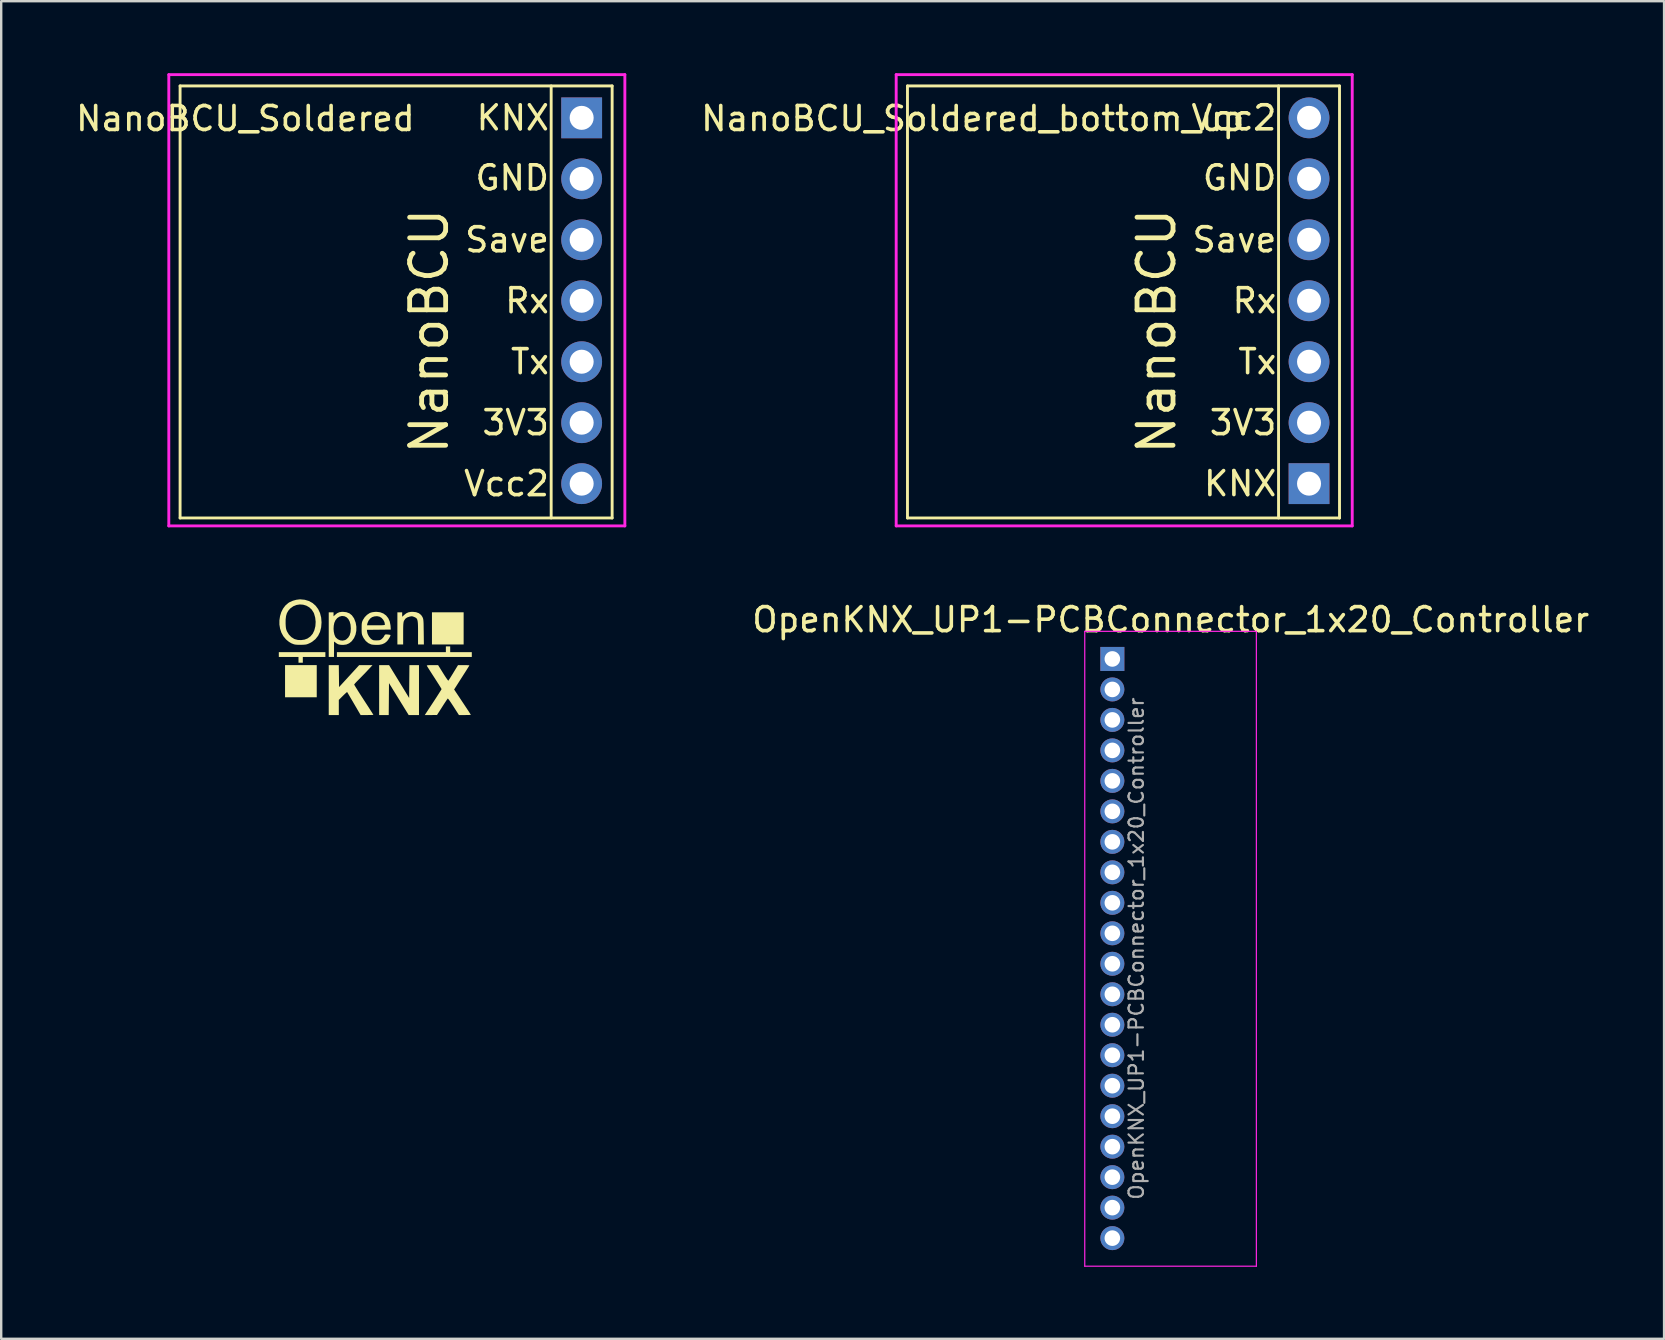
<source format=kicad_pcb>
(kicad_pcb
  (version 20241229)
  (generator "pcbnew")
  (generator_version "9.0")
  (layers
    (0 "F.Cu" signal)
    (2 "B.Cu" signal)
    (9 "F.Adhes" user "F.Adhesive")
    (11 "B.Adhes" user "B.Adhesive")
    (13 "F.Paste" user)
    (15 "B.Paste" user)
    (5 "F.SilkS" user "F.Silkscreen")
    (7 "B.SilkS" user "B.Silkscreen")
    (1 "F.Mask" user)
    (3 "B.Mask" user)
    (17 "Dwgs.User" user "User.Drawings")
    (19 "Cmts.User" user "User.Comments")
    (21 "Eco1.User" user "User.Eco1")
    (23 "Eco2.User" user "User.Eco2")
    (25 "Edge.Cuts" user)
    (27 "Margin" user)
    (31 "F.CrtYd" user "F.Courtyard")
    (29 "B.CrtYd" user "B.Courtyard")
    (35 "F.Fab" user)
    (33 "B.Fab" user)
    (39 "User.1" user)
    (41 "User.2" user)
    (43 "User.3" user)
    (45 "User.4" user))
  (footprint "NanoBCU_Soldered"
    (layer "F.Cu")
    (at 21.183 1.86)
    (property "Reference" "NanoBCU_Soldered" (at -14.01 0.03 0) (layer "F.SilkS") (effects (font (size 1 1) (thickness 0.15))))
    (attr through_hole)
    (fp_line (start -16.73 16.67) (end -16.73 -1.33) (stroke (width 0.12) (type solid)) (layer "F.SilkS"))
    (fp_line (start -1.27 -1.33) (end -1.27 16.67) (stroke (width 0.12) (type solid)) (layer "F.SilkS"))
    (fp_line (start 1.27 -1.33) (end -16.73 -1.33) (stroke (width 0.12) (type solid)) (layer "F.SilkS"))
    (fp_line (start 1.27 -1.33) (end 1.27 16.67) (stroke (width 0.12) (type solid)) (layer "F.SilkS"))
    (fp_line (start 1.27 16.67) (end -16.73 16.67) (stroke (width 0.12) (type solid)) (layer "F.SilkS"))
    (fp_line (start -17.2 -1.8) (end 1.8 -1.8) (stroke (width 0.12) (type solid)) (layer "F.CrtYd"))
    (fp_line (start -17.2 17) (end -17.2 -1.8) (stroke (width 0.12) (type solid)) (layer "F.CrtYd"))
    (fp_line (start 1.8 -1.8) (end 1.8 17) (stroke (width 0.12) (type solid)) (layer "F.CrtYd"))
    (fp_line (start 1.8 17) (end -17.2 17) (stroke (width 0.12) (type solid)) (layer "F.CrtYd"))
    (fp_text user "Vcc2" (at -1.27 15.24 0) (layer "F.SilkS") (effects (font (size 1 1) (thickness 0.15)) (justify right)))
    (fp_text user "Rx" (at -1.27 7.62 0) (layer "F.SilkS") (effects (font (size 1 1) (thickness 0.15)) (justify right)))
    (fp_text user "Save" (at -1.27 5.08 0) (layer "F.SilkS") (effects (font (size 1 1) (thickness 0.15)) (justify right)))
    (fp_text user "NanoBCU" (at -6.35 8.89 90) (layer "F.SilkS") (effects (font (size 1.5 1.5) (thickness 0.2))))
    (fp_text user "GND" (at -1.27 2.5 0) (layer "F.SilkS") (effects (font (size 1 1) (thickness 0.15)) (justify right)))
    (fp_text user "Tx" (at -1.27 10.16 0) (layer "F.SilkS") (effects (font (size 1 1) (thickness 0.15)) (justify right)))
    (fp_text user "KNX" (at -1.27 0 0) (layer "F.SilkS") (effects (font (size 1 1) (thickness 0.15)) (justify right)))
    (fp_text user "3V3" (at -1.27 12.7 0) (layer "F.SilkS") (effects (font (size 1 1) (thickness 0.15)) (justify right)))
    (pad "1" thru_hole rect (at 0 0) (size 1.7 1.7) (drill 1) (layers "*.Cu" "*.Mask"))
    (pad "2" thru_hole circle (at 0 2.54) (size 1.7 1.7) (drill 1) (layers "*.Cu" "*.Mask"))
    (pad "3" thru_hole circle (at 0 5.08) (size 1.7 1.7) (drill 1) (layers "*.Cu" "*.Mask"))
    (pad "4" thru_hole circle (at 0 7.62) (size 1.7 1.7) (drill 1) (layers "*.Cu" "*.Mask"))
    (pad "5" thru_hole circle (at 0 10.16) (size 1.7 1.7) (drill 1) (layers "*.Cu" "*.Mask"))
    (pad "6" thru_hole circle (at 0 12.7) (size 1.7 1.7) (drill 1) (layers "*.Cu" "*.Mask"))
    (pad "7" thru_hole circle (at 0 15.24) (size 1.7 1.7) (drill 1) (layers "*.Cu" "*.Mask")))
  (footprint "OpenKNX_UP1-PCBConnector_1x20_Controller"
    (layer "F.Cu")
    (at 43.293 24.403)
    (property "Reference" "OpenKNX_UP1-PCBConnector_1x20_Controller" (at 2.433 -1.635 0) (layer "F.SilkS") (effects (font (size 1 1) (thickness 0.15))))
    (attr through_hole)
    (fp_line (start -1.15 -1.15) (end -1.15 25.3) (stroke (width 0.05) (type solid)) (layer "F.CrtYd"))
    (fp_line (start -1.15 25.3) (end 6 25.3) (stroke (width 0.05) (type solid)) (layer "F.CrtYd"))
    (fp_line (start 6 -1.15) (end -1.15 -1.15) (stroke (width 0.05) (type solid)) (layer "F.CrtYd"))
    (fp_line (start 6 25.3) (end 6 -1.15) (stroke (width 0.05) (type solid)) (layer "F.CrtYd"))
    (fp_text user "${REFERENCE}" (at 1 12.065 90) (layer "F.Fab") (effects (font (size 0.6 0.6) (thickness 0.09))))
    (pad "1" thru_hole rect (at 0 0) (size 1 1) (drill 0.65) (layers "*.Cu" "*.Mask"))
    (pad "2" thru_hole oval (at 0 1.27) (size 1 1) (drill 0.65) (layers "*.Cu" "*.Mask"))
    (pad "3" thru_hole oval (at 0 2.54) (size 1 1) (drill 0.65) (layers "*.Cu" "*.Mask"))
    (pad "4" thru_hole oval (at 0 3.81) (size 1 1) (drill 0.65) (layers "*.Cu" "*.Mask"))
    (pad "5" thru_hole oval (at 0 5.08) (size 1 1) (drill 0.65) (layers "*.Cu" "*.Mask"))
    (pad "6" thru_hole oval (at 0 6.35) (size 1 1) (drill 0.65) (layers "*.Cu" "*.Mask"))
    (pad "7" thru_hole oval (at 0 7.62) (size 1 1) (drill 0.65) (layers "*.Cu" "*.Mask"))
    (pad "8" thru_hole oval (at 0 8.89) (size 1 1) (drill 0.65) (layers "*.Cu" "*.Mask"))
    (pad "9" thru_hole oval (at 0 10.16) (size 1 1) (drill 0.65) (layers "*.Cu" "*.Mask"))
    (pad "10" thru_hole oval (at 0 11.43) (size 1 1) (drill 0.65) (layers "*.Cu" "*.Mask"))
    (pad "11" thru_hole oval (at 0 12.7) (size 1 1) (drill 0.65) (layers "*.Cu" "*.Mask"))
    (pad "12" thru_hole oval (at 0 13.97) (size 1 1) (drill 0.65) (layers "*.Cu" "*.Mask"))
    (pad "13" thru_hole oval (at 0 15.24) (size 1 1) (drill 0.65) (layers "*.Cu" "*.Mask"))
    (pad "14" thru_hole oval (at 0 16.51) (size 1 1) (drill 0.65) (layers "*.Cu" "*.Mask"))
    (pad "15" thru_hole oval (at 0 17.78) (size 1 1) (drill 0.65) (layers "*.Cu" "*.Mask"))
    (pad "16" thru_hole oval (at 0 19.05) (size 1 1) (drill 0.65) (layers "*.Cu" "*.Mask"))
    (pad "17" thru_hole oval (at 0 20.32) (size 1 1) (drill 0.65) (layers "*.Cu" "*.Mask"))
    (pad "18" thru_hole oval (at 0 21.59) (size 1 1) (drill 0.65) (layers "*.Cu" "*.Mask"))
    (pad "19" thru_hole oval (at 0 22.86) (size 1 1) (drill 0.65) (layers "*.Cu" "*.Mask"))
    (pad "20" thru_hole oval (at 0 24.13) (size 1 1) (drill 0.65) (layers "*.Cu" "*.Mask")))
  (footprint "OpenKNX_Logo_10x10"
    (layer "F.Cu")
    (at 12.586 24.32)
    (property "Reference" "OpenKNX_Logo_10x10" (at 0 0 0) (layer "User.1") (effects (font (size 1.5 1.5) (thickness 0.3))))
    (attr board_only exclude_from_pos_files exclude_from_bom)
    (fp_poly (pts (xy -2.44 1.01) (xy -2.44 1.68) (xy -3.1 1.68) (xy -3.76 1.68) (xy -3.76 1.01) (xy -3.76 0.34) (xy -3.1 0.34) (xy -2.44 0.34)) (stroke (width 0) (type solid)) (fill yes) (layer "F.SilkS"))
    (fp_poly (pts (xy 3.68 -1.19) (xy 3.68 -0.52) (xy 3.02 -0.52) (xy 2.36 -0.52) (xy 2.36 -1.19) (xy 2.36 -1.86) (xy 3.02 -1.86) (xy 3.68 -1.86)) (stroke (width 0) (type solid)) (fill yes) (layer "F.SilkS"))
    (fp_poly (pts (xy -2.08 -0.1) (xy -2.08 0) (xy -2.55 0) (xy -3.02 0) (xy -3.02 0.12) (xy -3.02 0.24) (xy -3.11 0.24) (xy -3.2 0.24) (xy -3.2 0.12) (xy -3.2 0) (xy -3.61 0) (xy -4.02 0) (xy -4.02 -0.1) (xy -4.02 -0.2) (xy -3.05 -0.2) (xy -2.08 -0.2)) (stroke (width 0) (type solid)) (fill yes) (layer "F.SilkS"))
    (fp_poly (pts (xy 3.12 -0.32) (xy 3.12 -0.2) (xy 3.57 -0.2) (xy 4.02 -0.2) (xy 4.02 -0.1) (xy 4.02 0) (xy 1.21 0) (xy -1.6 0) (xy -1.6 -0.1) (xy -1.6 -0.2) (xy 0.67 -0.2) (xy 2.94 -0.2) (xy 2.94 -0.32) (xy 2.94 -0.44) (xy 3.03 -0.44) (xy 3.12 -0.44)) (stroke (width 0) (type solid)) (fill yes) (layer "F.SilkS"))
    (fp_poly (pts (xy 0.992 1.024) (xy 1.41 1.708) (xy 1.415 1.024) (xy 1.421 0.34) (xy 1.62 0.34) (xy 1.82 0.34) (xy 1.82 1.38) (xy 1.82 2.42) (xy 1.605 2.42) (xy 1.39 2.42) (xy 0.98 1.755) (xy 0.57 1.09) (xy 0.565 1.755) (xy 0.559 2.42) (xy 0.36 2.42) (xy 0.16 2.42) (xy 0.16 1.38) (xy 0.16 0.34) (xy 0.367 0.34) (xy 0.573 0.34)) (stroke (width 0) (type solid)) (fill yes) (layer "F.SilkS"))
    (fp_poly (pts (xy 1.699 -1.865) (xy 1.817 -1.821) (xy 1.908 -1.748) (xy 1.96 -1.67) (xy 1.975 -1.639) (xy 1.987 -1.608) (xy 1.996 -1.574) (xy 2.002 -1.53) (xy 2.007 -1.471) (xy 2.011 -1.392) (xy 2.013 -1.287) (xy 2.015 -1.15) (xy 2.017 -1.045) (xy 2.024 -0.52) (xy 1.902 -0.52) (xy 1.78 -0.52) (xy 1.78 -1.001) (xy 1.78 -1.171) (xy 1.778 -1.306) (xy 1.773 -1.411) (xy 1.764 -1.49) (xy 1.751 -1.548) (xy 1.732 -1.589) (xy 1.705 -1.619) (xy 1.671 -1.642) (xy 1.627 -1.663) (xy 1.563 -1.688) (xy 1.512 -1.695) (xy 1.452 -1.686) (xy 1.434 -1.682) (xy 1.325 -1.645) (xy 1.247 -1.588) (xy 1.195 -1.507) (xy 1.192 -1.5) (xy 1.181 -1.466) (xy 1.173 -1.421) (xy 1.167 -1.361) (xy 1.163 -1.279) (xy 1.161 -1.171) (xy 1.16 -1.03) (xy 1.16 -0.97) (xy 1.16 -0.52) (xy 1.04 -0.52) (xy 0.92 -0.52) (xy 0.92 -1.19) (xy 0.92 -1.86) (xy 1.02 -1.86) (xy 1.12 -1.86) (xy 1.12 -1.768) (xy 1.12 -1.675) (xy 1.202 -1.75) (xy 1.29 -1.818) (xy 1.378 -1.859) (xy 1.48 -1.877) (xy 1.556 -1.88)) (stroke (width 0) (type solid)) (fill yes) (layer "F.SilkS"))
    (fp_poly (pts (xy -1.515 0.798) (xy -1.51 1.255) (xy -1.091 0.798) (xy -0.672 0.34) (xy -0.394 0.34) (xy -0.116 0.34) (xy -0.316 0.555) (xy -0.408 0.653) (xy -0.511 0.759) (xy -0.612 0.863) (xy -0.698 0.949) (xy -0.699 0.95) (xy -0.767 1.019) (xy -0.824 1.079) (xy -0.863 1.125) (xy -0.88 1.149) (xy -0.88 1.151) (xy -0.869 1.172) (xy -0.839 1.223) (xy -0.792 1.299) (xy -0.731 1.397) (xy -0.657 1.514) (xy -0.573 1.644) (xy -0.482 1.785) (xy -0.48 1.788) (xy -0.389 1.928) (xy -0.305 2.057) (xy -0.231 2.172) (xy -0.169 2.269) (xy -0.122 2.343) (xy -0.091 2.392) (xy -0.08 2.411) (xy -0.08 2.411) (xy -0.099 2.415) (xy -0.15 2.417) (xy -0.227 2.419) (xy -0.322 2.42) (xy -0.346 2.42) (xy -0.612 2.42) (xy -0.889 1.945) (xy -0.962 1.82) (xy -1.029 1.707) (xy -1.085 1.61) (xy -1.13 1.534) (xy -1.161 1.483) (xy -1.174 1.461) (xy -1.174 1.461) (xy -1.19 1.471) (xy -1.228 1.504) (xy -1.283 1.555) (xy -1.349 1.619) (xy -1.351 1.621) (xy -1.52 1.789) (xy -1.52 2.105) (xy -1.52 2.42) (xy -1.73 2.42) (xy -1.94 2.42) (xy -1.94 1.38) (xy -1.94 0.34) (xy -1.73 0.34) (xy -1.521 0.34)) (stroke (width 0) (type solid)) (fill yes) (layer "F.SilkS"))
    (fp_poly (pts (xy -1.203 -1.864) (xy -1.079 -1.817) (xy -0.977 -1.736) (xy -0.895 -1.621) (xy -0.879 -1.592) (xy -0.818 -1.429) (xy -0.789 -1.261) (xy -0.791 -1.093) (xy -0.824 -0.932) (xy -0.887 -0.786) (xy -0.978 -0.661) (xy -0.991 -0.648) (xy -1.093 -0.567) (xy -1.205 -0.519) (xy -1.335 -0.502) (xy -1.398 -0.503) (xy -1.48 -0.511) (xy -1.54 -0.526) (xy -1.594 -0.553) (xy -1.629 -0.577) (xy -1.72 -0.642) (xy -1.72 -0.321) (xy -1.72 0) (xy -1.83 0) (xy -1.94 0) (xy -1.94 -0.93) (xy -1.94 -1.173) (xy -1.739 -1.173) (xy -1.729 -1.046) (xy -1.704 -0.931) (xy -1.665 -0.839) (xy -1.643 -0.807) (xy -1.56 -0.735) (xy -1.464 -0.692) (xy -1.362 -0.68) (xy -1.265 -0.701) (xy -1.218 -0.725) (xy -1.13 -0.804) (xy -1.068 -0.904) (xy -1.032 -1.03) (xy -1.02 -1.185) (xy -1.02 -1.191) (xy -1.032 -1.347) (xy -1.069 -1.479) (xy -1.127 -1.584) (xy -1.206 -1.659) (xy -1.29 -1.697) (xy -1.393 -1.707) (xy -1.493 -1.68) (xy -1.583 -1.622) (xy -1.656 -1.536) (xy -1.706 -1.426) (xy -1.708 -1.421) (xy -1.732 -1.301) (xy -1.739 -1.173) (xy -1.94 -1.173) (xy -1.94 -1.86) (xy -1.84 -1.86) (xy -1.74 -1.86) (xy -1.74 -1.776) (xy -1.74 -1.692) (xy -1.675 -1.754) (xy -1.589 -1.823) (xy -1.501 -1.863) (xy -1.396 -1.879) (xy -1.35 -1.88)) (stroke (width 0) (type solid)) (fill yes) (layer "F.SilkS"))
    (fp_poly (pts (xy -2.937 -2.382) (xy -2.765 -2.33) (xy -2.613 -2.246) (xy -2.484 -2.132) (xy -2.38 -1.992) (xy -2.303 -1.827) (xy -2.256 -1.641) (xy -2.24 -1.44) (xy -2.256 -1.231) (xy -2.304 -1.044) (xy -2.383 -0.882) (xy -2.493 -0.743) (xy -2.632 -0.631) (xy -2.736 -0.574) (xy -2.801 -0.545) (xy -2.856 -0.526) (xy -2.914 -0.515) (xy -2.988 -0.509) (xy -3.09 -0.506) (xy -3.222 -0.506) (xy -3.326 -0.514) (xy -3.39 -0.527) (xy -3.499 -0.57) (xy -3.593 -0.625) (xy -3.688 -0.702) (xy -3.722 -0.733) (xy -3.831 -0.863) (xy -3.913 -1.013) (xy -3.967 -1.177) (xy -3.995 -1.349) (xy -3.995 -1.394) (xy -3.737 -1.394) (xy -3.732 -1.287) (xy -3.724 -1.209) (xy -3.711 -1.147) (xy -3.691 -1.09) (xy -3.676 -1.057) (xy -3.599 -0.931) (xy -3.498 -0.827) (xy -3.38 -0.752) (xy -3.353 -0.741) (xy -3.227 -0.708) (xy -3.087 -0.703) (xy -2.949 -0.723) (xy -2.827 -0.768) (xy -2.823 -0.77) (xy -2.703 -0.855) (xy -2.61 -0.964) (xy -2.543 -1.101) (xy -2.5 -1.268) (xy -2.496 -1.291) (xy -2.485 -1.464) (xy -2.504 -1.639) (xy -2.55 -1.803) (xy -2.571 -1.85) (xy -2.65 -1.973) (xy -2.753 -2.069) (xy -2.874 -2.138) (xy -3.007 -2.177) (xy -3.146 -2.187) (xy -3.284 -2.165) (xy -3.417 -2.112) (xy -3.536 -2.026) (xy -3.553 -2.01) (xy -3.63 -1.919) (xy -3.685 -1.819) (xy -3.719 -1.703) (xy -3.736 -1.563) (xy -3.737 -1.394) (xy -3.995 -1.394) (xy -3.995 -1.524) (xy -3.97 -1.697) (xy -3.92 -1.861) (xy -3.845 -2.012) (xy -3.746 -2.143) (xy -3.624 -2.249) (xy -3.564 -2.286) (xy -3.432 -2.343) (xy -3.285 -2.383) (xy -3.143 -2.4) (xy -3.127 -2.4)) (stroke (width 0) (type solid)) (fill yes) (layer "F.SilkS"))
    (fp_poly (pts (xy 2.821 0.669) (xy 2.885 0.771) (xy 2.942 0.858) (xy 2.99 0.927) (xy 3.024 0.972) (xy 3.041 0.989) (xy 3.041 0.989) (xy 3.056 0.97) (xy 3.088 0.921) (xy 3.134 0.85) (xy 3.189 0.761) (xy 3.251 0.66) (xy 3.251 0.66) (xy 3.446 0.34) (xy 3.683 0.34) (xy 3.775 0.341) (xy 3.85 0.343) (xy 3.901 0.346) (xy 3.92 0.35) (xy 3.92 0.35) (xy 3.91 0.369) (xy 3.882 0.416) (xy 3.839 0.484) (xy 3.787 0.567) (xy 3.76 0.61) (xy 3.684 0.728) (xy 3.599 0.862) (xy 3.513 0.996) (xy 3.442 1.108) (xy 3.284 1.355) (xy 3.632 1.878) (xy 3.717 2.006) (xy 3.795 2.124) (xy 3.863 2.226) (xy 3.917 2.31) (xy 3.956 2.371) (xy 3.977 2.404) (xy 3.98 2.41) (xy 3.961 2.414) (xy 3.91 2.417) (xy 3.834 2.419) (xy 3.741 2.42) (xy 3.732 2.42) (xy 3.484 2.42) (xy 3.26 2.07) (xy 3.192 1.966) (xy 3.132 1.875) (xy 3.081 1.802) (xy 3.043 1.753) (xy 3.022 1.731) (xy 3.02 1.73) (xy 3.005 1.749) (xy 2.971 1.797) (xy 2.924 1.868) (xy 2.865 1.957) (xy 2.8 2.059) (xy 2.787 2.08) (xy 2.57 2.419) (xy 2.316 2.42) (xy 2.061 2.42) (xy 2.411 1.889) (xy 2.496 1.759) (xy 2.574 1.639) (xy 2.641 1.534) (xy 2.696 1.447) (xy 2.736 1.384) (xy 2.757 1.347) (xy 2.76 1.34) (xy 2.75 1.319) (xy 2.72 1.269) (xy 2.674 1.195) (xy 2.614 1.1) (xy 2.544 0.99) (xy 2.466 0.869) (xy 2.458 0.856) (xy 2.378 0.733) (xy 2.306 0.621) (xy 2.244 0.523) (xy 2.194 0.445) (xy 2.161 0.391) (xy 2.146 0.366) (xy 2.145 0.365) (xy 2.151 0.354) (xy 2.179 0.346) (xy 2.237 0.342) (xy 2.327 0.34) (xy 2.376 0.34) (xy 2.616 0.34)) (stroke (width 0) (type solid)) (fill yes) (layer "F.SilkS"))
    (fp_poly (pts (xy 0.202 -1.862) (xy 0.337 -1.81) (xy 0.45 -1.727) (xy 0.539 -1.615) (xy 0.601 -1.478) (xy 0.633 -1.317) (xy 0.636 -1.286) (xy 0.645 -1.141) (xy 0.148 -1.135) (xy -0.35 -1.13) (xy -0.344 -1.06) (xy -0.319 -0.959) (xy -0.266 -0.857) (xy -0.196 -0.771) (xy -0.173 -0.751) (xy -0.128 -0.719) (xy -0.087 -0.7) (xy -0.035 -0.692) (xy 0.041 -0.69) (xy 0.048 -0.69) (xy 0.129 -0.692) (xy 0.184 -0.7) (xy 0.226 -0.718) (xy 0.264 -0.744) (xy 0.318 -0.797) (xy 0.363 -0.859) (xy 0.369 -0.871) (xy 0.391 -0.913) (xy 0.413 -0.934) (xy 0.448 -0.94) (xy 0.51 -0.936) (xy 0.512 -0.936) (xy 0.574 -0.929) (xy 0.618 -0.92) (xy 0.631 -0.915) (xy 0.631 -0.89) (xy 0.612 -0.843) (xy 0.579 -0.784) (xy 0.54 -0.723) (xy 0.498 -0.669) (xy 0.477 -0.646) (xy 0.385 -0.574) (xy 0.284 -0.529) (xy 0.164 -0.506) (xy 0.06 -0.502) (xy -0.027 -0.505) (xy -0.107 -0.511) (xy -0.164 -0.52) (xy -0.173 -0.522) (xy -0.293 -0.577) (xy -0.399 -0.666) (xy -0.486 -0.783) (xy -0.5 -0.81) (xy -0.53 -0.869) (xy -0.549 -0.916) (xy -0.561 -0.963) (xy -0.567 -1.02) (xy -0.57 -1.097) (xy -0.57 -1.188) (xy -0.569 -1.293) (xy -0.568 -1.32) (xy -0.345 -1.32) (xy 0.028 -1.32) (xy 0.158 -1.32) (xy 0.255 -1.321) (xy 0.322 -1.324) (xy 0.364 -1.328) (xy 0.388 -1.335) (xy 0.398 -1.345) (xy 0.4 -1.355) (xy 0.381 -1.454) (xy 0.331 -1.549) (xy 0.259 -1.628) (xy 0.174 -1.679) (xy 0.071 -1.699) (xy -0.041 -1.689) (xy -0.134 -1.658) (xy -0.215 -1.599) (xy -0.282 -1.512) (xy -0.326 -1.409) (xy -0.332 -1.384) (xy -0.345 -1.32) (xy -0.568 -1.32) (xy -0.566 -1.368) (xy -0.559 -1.424) (xy -0.546 -1.471) (xy -0.526 -1.519) (xy -0.514 -1.544) (xy -0.441 -1.657) (xy -0.346 -1.754) (xy -0.239 -1.826) (xy -0.185 -1.848) (xy -0.116 -1.865) (xy -0.027 -1.876) (xy 0.049 -1.88)) (stroke (width 0) (type solid)) (fill yes) (layer "F.SilkS")))
  (footprint "NanoBCU_Soldered_bottom_up"
    (layer "F.Cu")
    (at 51.487 1.86)
    (property "Reference" "NanoBCU_Soldered_bottom_up" (at -14.01 0.03 0) (layer "F.SilkS") (effects (font (size 1 1) (thickness 0.15))))
    (attr smd)
    (fp_line (start -16.73 16.67) (end -16.73 -1.33) (stroke (width 0.12) (type solid)) (layer "F.SilkS"))
    (fp_line (start -1.27 -1.33) (end -1.27 16.67) (stroke (width 0.12) (type solid)) (layer "F.SilkS"))
    (fp_line (start 1.27 -1.33) (end -16.73 -1.33) (stroke (width 0.12) (type solid)) (layer "F.SilkS"))
    (fp_line (start 1.27 -1.33) (end 1.27 16.67) (stroke (width 0.12) (type solid)) (layer "F.SilkS"))
    (fp_line (start 1.27 16.67) (end -16.73 16.67) (stroke (width 0.12) (type solid)) (layer "F.SilkS"))
    (fp_line (start -17.2 -1.8) (end 1.8 -1.8) (stroke (width 0.12) (type solid)) (layer "F.CrtYd"))
    (fp_line (start -17.2 17) (end -17.2 -1.8) (stroke (width 0.12) (type solid)) (layer "F.CrtYd"))
    (fp_line (start 1.8 -1.8) (end 1.8 17) (stroke (width 0.12) (type solid)) (layer "F.CrtYd"))
    (fp_line (start 1.8 17) (end -17.2 17) (stroke (width 0.12) (type solid)) (layer "F.CrtYd"))
    (fp_text user "Save" (at -1.27 5.08 0) (layer "F.SilkS") (effects (font (size 1 1) (thickness 0.15)) (justify right)))
    (fp_text user "KNX" (at -1.27 15.24 0) (layer "F.SilkS") (effects (font (size 1 1) (thickness 0.15)) (justify right)))
    (fp_text user "GND" (at -1.27 2.5 0) (layer "F.SilkS") (effects (font (size 1 1) (thickness 0.15)) (justify right)))
    (fp_text user "Vcc2" (at -1.27 0 0) (layer "F.SilkS") (effects (font (size 1 1) (thickness 0.15)) (justify right)))
    (fp_text user "3V3" (at -1.27 12.7 0) (layer "F.SilkS") (effects (font (size 1 1) (thickness 0.15)) (justify right)))
    (fp_text user "Tx" (at -1.27 10.16 0) (layer "F.SilkS") (effects (font (size 1 1) (thickness 0.15)) (justify right)))
    (fp_text user "Rx" (at -1.27 7.62 0) (layer "F.SilkS") (effects (font (size 1 1) (thickness 0.15)) (justify right)))
    (fp_text user "NanoBCU" (at -6.35 8.89 90) (layer "F.SilkS") (effects (font (size 1.5 1.5) (thickness 0.2))))
    (pad "1" thru_hole rect (at 0 15.24) (size 1.7 1.7) (drill 1) (layers "*.Cu" "*.Mask"))
    (pad "2" thru_hole circle (at 0 12.7) (size 1.7 1.7) (drill 1) (layers "*.Cu" "*.Mask"))
    (pad "3" thru_hole circle (at 0 10.16) (size 1.7 1.7) (drill 1) (layers "*.Cu" "*.Mask"))
    (pad "4" thru_hole circle (at 0 7.62) (size 1.7 1.7) (drill 1) (layers "*.Cu" "*.Mask"))
    (pad "5" thru_hole circle (at 0 5.08) (size 1.7 1.7) (drill 1) (layers "*.Cu" "*.Mask"))
    (pad "6" thru_hole circle (at 0 2.54) (size 1.7 1.7) (drill 1) (layers "*.Cu" "*.Mask"))
    (pad "7" thru_hole circle (at 0 0) (size 1.7 1.7) (drill 1) (layers "*.Cu" "*.Mask")))
  (gr_rect
    (start -3 -3)
    (end 66.279 52.728)
    (stroke (width 0.1) (type default))
    (fill no)
    (layer "Edge.Cuts")))
</source>
